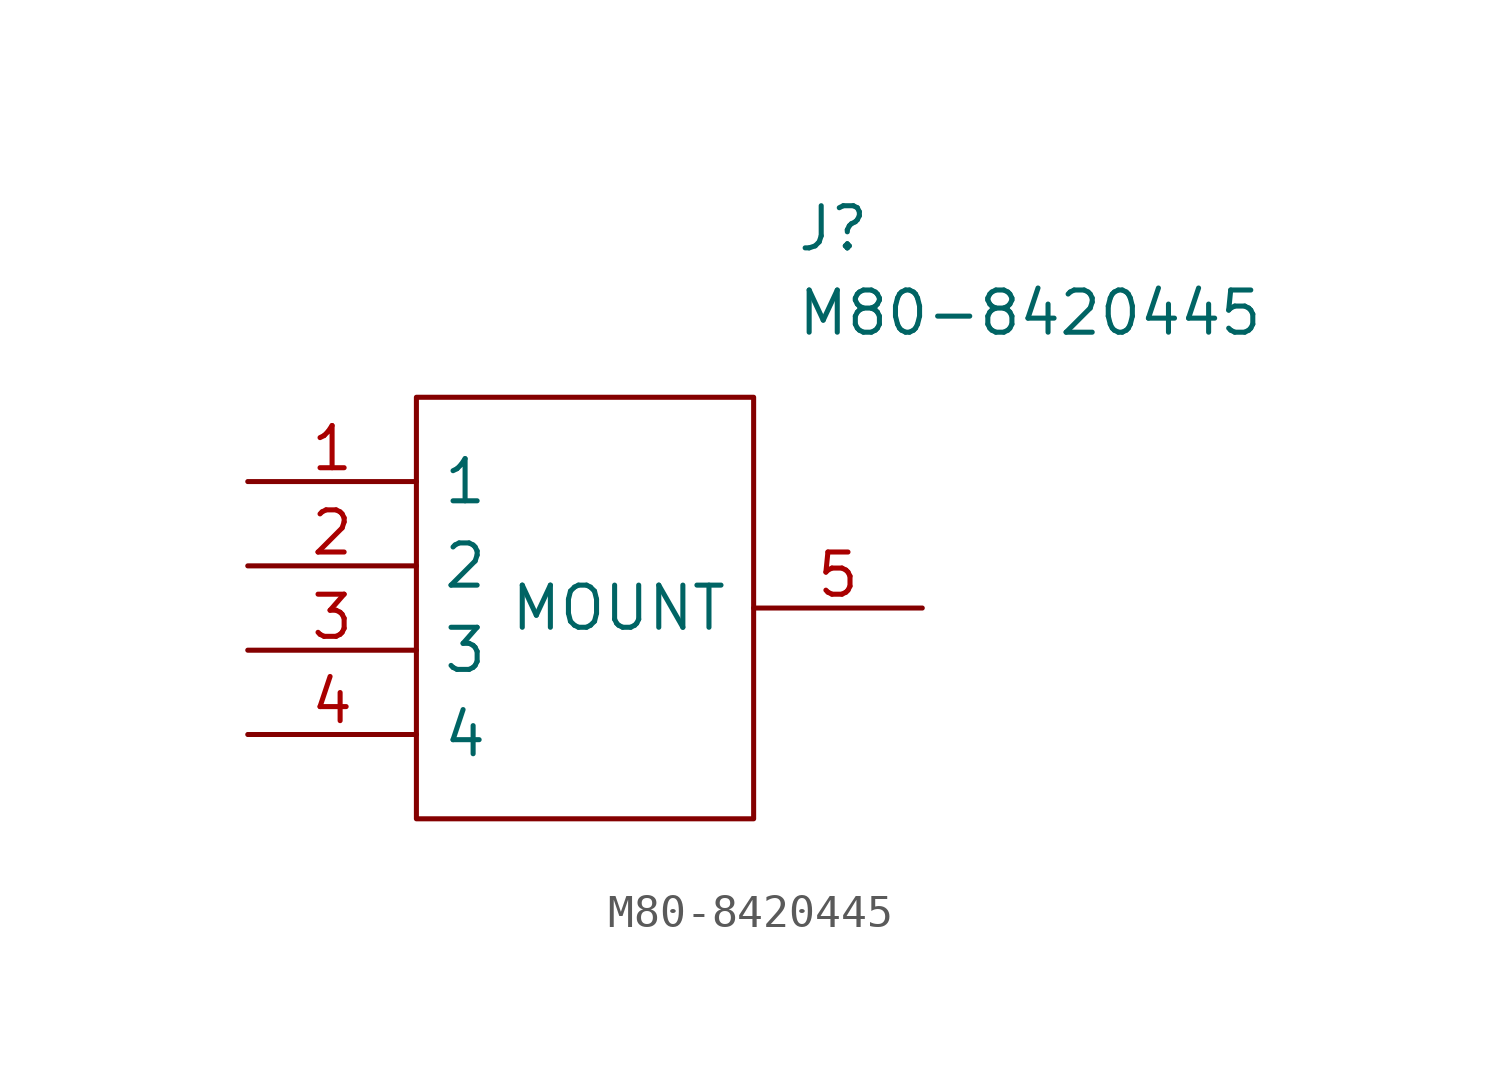
<source format=kicad_sym>
(kicad_symbol_lib
  (version 20211014)
  (generator kicad_symbol_editor)
  (symbol "M80-8420445"
    (pin_names
      (offset 0.762))
    (property "Reference" "J"
      (at 16.51 7.62 0)
      (effects (font (size 1.27 1.27)) (justify left)))
    (property "Value" "M80-8420445"
      (at 16.51 5.08 0)
      (effects (font (size 1.27 1.27)) (justify left)))
    (symbol "M80-8420445_0_0"
      (pin passive line (at 0 0 0) (length 5.08) (name "1" (effects (font (size 1.27 1.27)))) (number "1" (effects (font (size 1.27 1.27)))))
      (pin passive line (at 0 -2.54 0) (length 5.08) (name "2" (effects (font (size 1.27 1.27)))) (number "2" (effects (font (size 1.27 1.27)))))
      (pin passive line (at 0 -5.08 0) (length 5.08) (name "3" (effects (font (size 1.27 1.27)))) (number "3" (effects (font (size 1.27 1.27)))))
      (pin passive line (at 0 -7.62 0) (length 5.08) (name "4" (effects (font (size 1.27 1.27)))) (number "4" (effects (font (size 1.27 1.27)))))
      (pin passive line (at 20.32 -3.81 180) (length 5.08) (name "MOUNT" (effects (font (size 1.27 1.27)))) (number "5" (effects (font (size 1.27 1.27))))))
    (symbol "M80-8420445_0_1"
      (polyline (pts (xy 5.08 2.54) (xy 15.24 2.54) (xy 15.24 -10.16) (xy 5.08 -10.16) (xy 5.08 2.54)) (stroke (width 0.152) (type default) (color 0 0 0 0)) (fill (type none))))))
</source>
